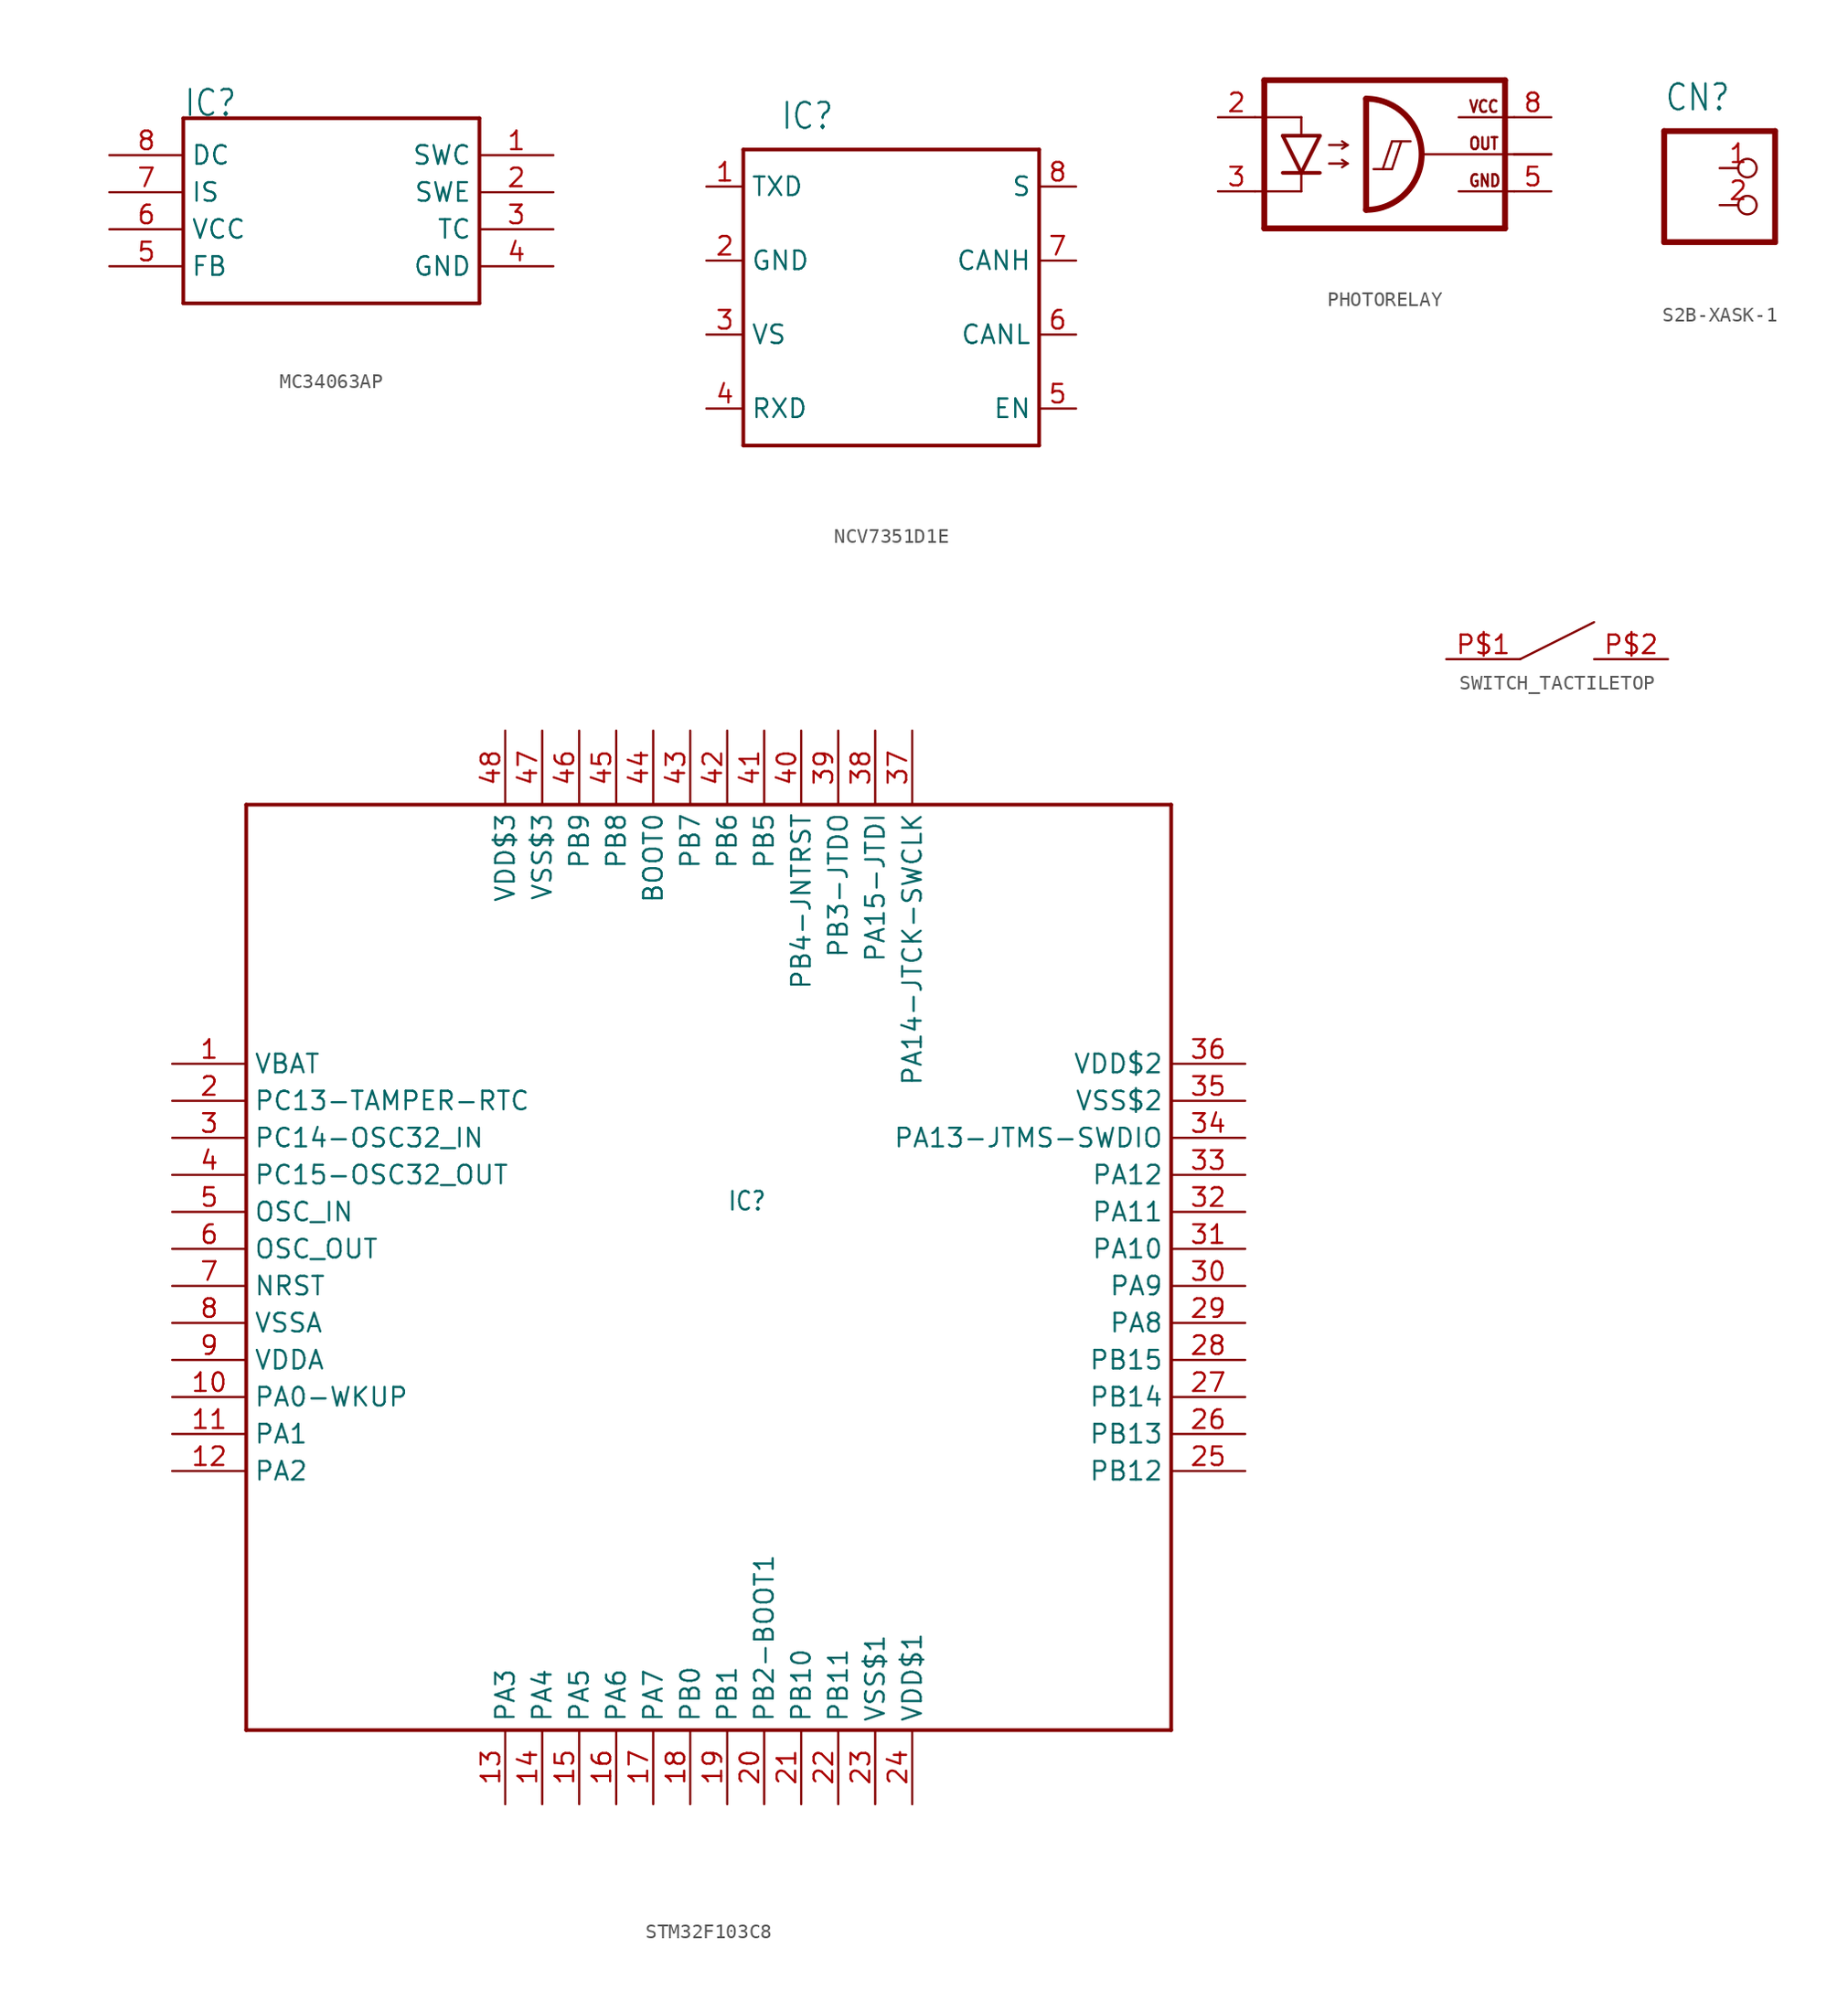
<source format=kicad_sym>
(kicad_symbol_lib
  (version 20220914)
  (generator kicad_symbol_editor)
  (symbol "MC34063AP"
    (property "Reference" "IC"
      (at -10.16 2.54 0)
      (effects (font (size 1.778 1.511)) (justify left bottom)))
    (property "Value" ""
      (at -10.16 -12.7 0)
      (effects (font (size 1.778 1.511)) (justify left bottom)))
    (property "ki_locked" ""
      (at 0 0 0)
      (effects (font (size 1.27 1.27))))
    (symbol "MC34063AP_1_0"
      (polyline (pts (xy -10.16 -10.16) (xy 10.16 -10.16)) (stroke (width 0.254) (type solid)) (fill (type none)))
      (polyline (pts (xy -10.16 2.54) (xy -10.16 -10.16)) (stroke (width 0.254) (type solid)) (fill (type none)))
      (polyline (pts (xy 10.16 -10.16) (xy 10.16 2.54)) (stroke (width 0.254) (type solid)) (fill (type none)))
      (polyline (pts (xy 10.16 2.54) (xy -10.16 2.54)) (stroke (width 0.254) (type solid)) (fill (type none)))
      (pin passive line (at 15.24 0 180) (length 5.08) (name "SWC" (effects (font (size 1.27 1.27)))) (number "1" (effects (font (size 1.27 1.27)))))
      (pin passive line (at 15.24 -2.54 180) (length 5.08) (name "SWE" (effects (font (size 1.27 1.27)))) (number "2" (effects (font (size 1.27 1.27)))))
      (pin passive line (at 15.24 -5.08 180) (length 5.08) (name "TC" (effects (font (size 1.27 1.27)))) (number "3" (effects (font (size 1.27 1.27)))))
      (pin passive line (at 15.24 -7.62 180) (length 5.08) (name "GND" (effects (font (size 1.27 1.27)))) (number "4" (effects (font (size 1.27 1.27)))))
      (pin passive line (at -15.24 -7.62 0) (length 5.08) (name "FB" (effects (font (size 1.27 1.27)))) (number "5" (effects (font (size 1.27 1.27)))))
      (pin passive line (at -15.24 -5.08 0) (length 5.08) (name "VCC" (effects (font (size 1.27 1.27)))) (number "6" (effects (font (size 1.27 1.27)))))
      (pin passive line (at -15.24 -2.54 0) (length 5.08) (name "IS" (effects (font (size 1.27 1.27)))) (number "7" (effects (font (size 1.27 1.27)))))
      (pin passive line (at -15.24 0 0) (length 5.08) (name "DC" (effects (font (size 1.27 1.27)))) (number "8" (effects (font (size 1.27 1.27)))))))
  (symbol "NCV7351D1E"
    (property "Reference" "IC"
      (at -7.62 11.43 0)
      (effects (font (size 1.778 1.511)) (justify left bottom)))
    (property "Value" ""
      (at -7.62 -12.7 0)
      (effects (font (size 1.778 1.511)) (justify left bottom)))
    (property "ki_locked" ""
      (at 0 0 0)
      (effects (font (size 1.27 1.27))))
    (symbol "NCV7351D1E_1_0"
      (polyline (pts (xy -10.16 -10.16) (xy -10.16 10.16)) (stroke (width 0.254) (type solid)) (fill (type none)))
      (polyline (pts (xy -10.16 10.16) (xy 10.16 10.16)) (stroke (width 0.254) (type solid)) (fill (type none)))
      (polyline (pts (xy 10.16 -10.16) (xy -10.16 -10.16)) (stroke (width 0.254) (type solid)) (fill (type none)))
      (polyline (pts (xy 10.16 10.16) (xy 10.16 -10.16)) (stroke (width 0.254) (type solid)) (fill (type none)))
      (pin input line (at -12.7 7.62 0) (length 2.54) (name "TXD" (effects (font (size 1.27 1.27)))) (number "1" (effects (font (size 1.27 1.27)))))
      (pin power_in line (at -12.7 2.54 0) (length 2.54) (name "GND" (effects (font (size 1.27 1.27)))) (number "2" (effects (font (size 1.27 1.27)))))
      (pin power_in line (at -12.7 -2.54 0) (length 2.54) (name "VS" (effects (font (size 1.27 1.27)))) (number "3" (effects (font (size 1.27 1.27)))))
      (pin output line (at -12.7 -7.62 0) (length 2.54) (name "RXD" (effects (font (size 1.27 1.27)))) (number "4" (effects (font (size 1.27 1.27)))))
      (pin input line (at 12.7 -7.62 180) (length 2.54) (name "EN" (effects (font (size 1.27 1.27)))) (number "5" (effects (font (size 1.27 1.27)))))
      (pin output line (at 12.7 -2.54 180) (length 2.54) (name "CANL" (effects (font (size 1.27 1.27)))) (number "6" (effects (font (size 1.27 1.27)))))
      (pin output line (at 12.7 2.54 180) (length 2.54) (name "CANH" (effects (font (size 1.27 1.27)))) (number "7" (effects (font (size 1.27 1.27)))))
      (pin input line (at 12.7 7.62 180) (length 2.54) (name "S" (effects (font (size 1.27 1.27)))) (number "8" (effects (font (size 1.27 1.27)))))))
  (symbol "PHOTORELAY"
    (property "Reference" ""
      (at -9.525 5.715 0)
      (effects (font (size 1.778 1.511)) (justify left bottom) hide))
    (property "Value" ""
      (at -9.525 -7.62 0)
      (effects (font (size 1.778 1.511)) (justify left bottom)))
    (property "ki_locked" ""
      (at 0 0 0)
      (effects (font (size 1.27 1.27))))
    (symbol "PHOTORELAY_1_0"
      (arc (start -2.54 -3.81) (mid 1.27 0) (end -2.54 3.81) (stroke (width 0.4064) (type solid)) (fill (type none)))
      (polyline (pts (xy -10.16 -2.54) (xy -6.985 -2.54)) (stroke (width 0.152) (type solid)) (fill (type none)))
      (polyline (pts (xy -10.16 2.54) (xy -6.985 2.54)) (stroke (width 0.152) (type solid)) (fill (type none)))
      (polyline (pts (xy -9.525 5.08) (xy -9.525 -5.08)) (stroke (width 0.406) (type solid)) (fill (type none)))
      (polyline (pts (xy -6.985 -2.54) (xy -6.985 -1.27)) (stroke (width 0.152) (type solid)) (fill (type none)))
      (polyline (pts (xy -6.985 -1.27) (xy -8.255 -1.27)) (stroke (width 0.254) (type solid)) (fill (type none)))
      (polyline (pts (xy -6.985 -1.27) (xy -8.255 1.27)) (stroke (width 0.254) (type solid)) (fill (type none)))
      (polyline (pts (xy -6.985 1.27) (xy -8.255 1.27)) (stroke (width 0.254) (type solid)) (fill (type none)))
      (polyline (pts (xy -6.985 1.27) (xy -6.985 2.54)) (stroke (width 0.152) (type solid)) (fill (type none)))
      (polyline (pts (xy -5.715 -1.27) (xy -6.985 -1.27)) (stroke (width 0.254) (type solid)) (fill (type none)))
      (polyline (pts (xy -5.715 1.27) (xy -6.985 -1.27)) (stroke (width 0.254) (type solid)) (fill (type none)))
      (polyline (pts (xy -5.715 1.27) (xy -6.985 1.27)) (stroke (width 0.254) (type solid)) (fill (type none)))
      (polyline (pts (xy -5.08 -0.635) (xy -3.81 -0.635)) (stroke (width 0.152) (type solid)) (fill (type none)))
      (polyline (pts (xy -5.08 0.635) (xy -3.81 0.635)) (stroke (width 0.152) (type solid)) (fill (type none)))
      (polyline (pts (xy -3.81 -0.635) (xy -4.191 -0.889)) (stroke (width 0.152) (type solid)) (fill (type none)))
      (polyline (pts (xy -3.81 -0.635) (xy -4.191 -0.381)) (stroke (width 0.152) (type solid)) (fill (type none)))
      (polyline (pts (xy -3.81 0.635) (xy -4.191 0.381)) (stroke (width 0.152) (type solid)) (fill (type none)))
      (polyline (pts (xy -3.81 0.635) (xy -4.191 0.889)) (stroke (width 0.152) (type solid)) (fill (type none)))
      (polyline (pts (xy -2.54 3.81) (xy -2.54 -3.81)) (stroke (width 0.406) (type solid)) (fill (type none)))
      (polyline (pts (xy -2.032 -1.016) (xy -1.397 -1.016)) (stroke (width 0.152) (type solid)) (fill (type none)))
      (polyline (pts (xy -1.397 -1.016) (xy -0.762 -1.016)) (stroke (width 0.152) (type solid)) (fill (type none)))
      (polyline (pts (xy -1.397 -1.016) (xy -0.762 0.889)) (stroke (width 0.152) (type solid)) (fill (type none)))
      (polyline (pts (xy -0.762 -1.016) (xy -0.127 0.889)) (stroke (width 0.152) (type solid)) (fill (type none)))
      (polyline (pts (xy -0.762 0.889) (xy -0.127 0.889)) (stroke (width 0.152) (type solid)) (fill (type none)))
      (polyline (pts (xy -0.127 0.889) (xy 0.508 0.889)) (stroke (width 0.152) (type solid)) (fill (type none)))
      (polyline (pts (xy 1.397 0) (xy 7.62 0)) (stroke (width 0.152) (type solid)) (fill (type none)))
      (polyline (pts (xy 3.81 -2.54) (xy 7.62 -2.54)) (stroke (width 0.152) (type solid)) (fill (type none)))
      (polyline (pts (xy 3.81 2.54) (xy 7.62 2.54)) (stroke (width 0.152) (type solid)) (fill (type none)))
      (polyline (pts (xy 6.985 -5.08) (xy -9.525 -5.08)) (stroke (width 0.406) (type solid)) (fill (type none)))
      (polyline (pts (xy 6.985 5.08) (xy -9.525 5.08)) (stroke (width 0.406) (type solid)) (fill (type none)))
      (polyline (pts (xy 6.985 5.08) (xy 6.985 -5.08)) (stroke (width 0.406) (type solid)) (fill (type none)))
      (text "GND" (at 4.445 -2.286 0) (effects (font (size 0.813 0.691)) (justify left bottom)))
      (text "OUT" (at 4.445 0.254 0) (effects (font (size 0.813 0.691)) (justify left bottom)))
      (text "VCC" (at 4.445 2.794 0) (effects (font (size 0.813 0.691)) (justify left bottom)))
      (pin passive line (at -12.7 2.54 0) (length 2.54) (name "A" (effects (font (size 0 0)))) (number "2" (effects (font (size 1.27 1.27)))))
      (pin passive line (at -12.7 -2.54 0) (length 2.54) (name "C" (effects (font (size 0 0)))) (number "3" (effects (font (size 1.27 1.27)))))
      (pin passive line (at 10.16 -2.54 180) (length 2.54) (name "GND" (effects (font (size 0 0)))) (number "5" (effects (font (size 1.27 1.27)))))
      (pin passive line (at 10.16 0 180) (length 2.54) (name "OUT" (effects (font (size 0 0)))) (number "6" (effects (font (size 0 0)))))
      (pin passive line (at 10.16 0 180) (length 2.54) (name "OUT" (effects (font (size 0 0)))) (number "7" (effects (font (size 0 0)))))
      (pin passive line (at 10.16 2.54 180) (length 2.54) (name "VCC" (effects (font (size 0 0)))) (number "8" (effects (font (size 1.27 1.27)))))))
  (symbol "S2B-XASK-1"
    (property "Reference" "CN"
      (at -3.81 3.81 0)
      (effects (font (size 1.778 1.511)) (justify left bottom)))
    (property "Value" ""
      (at -3.81 -7.62 0)
      (effects (font (size 1.778 1.511)) (justify left bottom)))
    (property "ki_locked" ""
      (at 0 0 0)
      (effects (font (size 1.27 1.27))))
    (symbol "S2B-XASK-1_1_0"
      (polyline (pts (xy -3.81 -5.08) (xy 3.81 -5.08)) (stroke (width 0.406) (type solid)) (fill (type none)))
      (polyline (pts (xy -3.81 2.54) (xy -3.81 -5.08)) (stroke (width 0.406) (type solid)) (fill (type none)))
      (polyline (pts (xy 3.81 -5.08) (xy 3.81 2.54)) (stroke (width 0.406) (type solid)) (fill (type none)))
      (polyline (pts (xy 3.81 2.54) (xy -3.81 2.54)) (stroke (width 0.406) (type solid)) (fill (type none)))
      (pin passive inverted (at 0 0 0) (length 2.54) (name "1" (effects (font (size 0 0)))) (number "1" (effects (font (size 1.27 1.27)))))
      (pin passive inverted (at 0 -2.54 0) (length 2.54) (name "2" (effects (font (size 0 0)))) (number "2" (effects (font (size 1.27 1.27)))))))
  (symbol "STM32F103C8"
    (property "Reference" "IC"
      (at 2.54 2.54 0)
      (effects (font (size 1.27 1.079)) (justify left bottom)))
    (property "ki_locked" ""
      (at 0 0 0)
      (effects (font (size 1.27 1.27))))
    (symbol "STM32F103C8_1_0"
      (polyline (pts (xy -30.48 -33.02) (xy 33.02 -33.02)) (stroke (width 0.254) (type solid)) (fill (type none)))
      (polyline (pts (xy -30.48 30.48) (xy -30.48 -33.02)) (stroke (width 0.254) (type solid)) (fill (type none)))
      (polyline (pts (xy 33.02 -33.02) (xy 33.02 30.48)) (stroke (width 0.254) (type solid)) (fill (type none)))
      (polyline (pts (xy 33.02 30.48) (xy -30.48 30.48)) (stroke (width 0.254) (type solid)) (fill (type none)))
      (pin passive line (at -35.56 12.7 0) (length 5.08) (name "VBAT" (effects (font (size 1.27 1.27)))) (number "1" (effects (font (size 1.27 1.27)))))
      (pin bidirectional line (at -35.56 -10.16 0) (length 5.08) (name "PA0-WKUP" (effects (font (size 1.27 1.27)))) (number "10" (effects (font (size 1.27 1.27)))))
      (pin bidirectional line (at -35.56 -12.7 0) (length 5.08) (name "PA1" (effects (font (size 1.27 1.27)))) (number "11" (effects (font (size 1.27 1.27)))))
      (pin bidirectional line (at -35.56 -15.24 0) (length 5.08) (name "PA2" (effects (font (size 1.27 1.27)))) (number "12" (effects (font (size 1.27 1.27)))))
      (pin bidirectional line (at -12.7 -38.1 90) (length 5.08) (name "PA3" (effects (font (size 1.27 1.27)))) (number "13" (effects (font (size 1.27 1.27)))))
      (pin bidirectional line (at -10.16 -38.1 90) (length 5.08) (name "PA4" (effects (font (size 1.27 1.27)))) (number "14" (effects (font (size 1.27 1.27)))))
      (pin bidirectional line (at -7.62 -38.1 90) (length 5.08) (name "PA5" (effects (font (size 1.27 1.27)))) (number "15" (effects (font (size 1.27 1.27)))))
      (pin bidirectional line (at -5.08 -38.1 90) (length 5.08) (name "PA6" (effects (font (size 1.27 1.27)))) (number "16" (effects (font (size 1.27 1.27)))))
      (pin bidirectional line (at -2.54 -38.1 90) (length 5.08) (name "PA7" (effects (font (size 1.27 1.27)))) (number "17" (effects (font (size 1.27 1.27)))))
      (pin bidirectional line (at 0 -38.1 90) (length 5.08) (name "PB0" (effects (font (size 1.27 1.27)))) (number "18" (effects (font (size 1.27 1.27)))))
      (pin bidirectional line (at 2.54 -38.1 90) (length 5.08) (name "PB1" (effects (font (size 1.27 1.27)))) (number "19" (effects (font (size 1.27 1.27)))))
      (pin bidirectional line (at -35.56 10.16 0) (length 5.08) (name "PC13-TAMPER-RTC" (effects (font (size 1.27 1.27)))) (number "2" (effects (font (size 1.27 1.27)))))
      (pin bidirectional line (at 5.08 -38.1 90) (length 5.08) (name "PB2-BOOT1" (effects (font (size 1.27 1.27)))) (number "20" (effects (font (size 1.27 1.27)))))
      (pin bidirectional line (at 7.62 -38.1 90) (length 5.08) (name "PB10" (effects (font (size 1.27 1.27)))) (number "21" (effects (font (size 1.27 1.27)))))
      (pin bidirectional line (at 10.16 -38.1 90) (length 5.08) (name "PB11" (effects (font (size 1.27 1.27)))) (number "22" (effects (font (size 1.27 1.27)))))
      (pin passive line (at 12.7 -38.1 90) (length 5.08) (name "VSS$1" (effects (font (size 1.27 1.27)))) (number "23" (effects (font (size 1.27 1.27)))))
      (pin passive line (at 15.24 -38.1 90) (length 5.08) (name "VDD$1" (effects (font (size 1.27 1.27)))) (number "24" (effects (font (size 1.27 1.27)))))
      (pin bidirectional line (at 38.1 -15.24 180) (length 5.08) (name "PB12" (effects (font (size 1.27 1.27)))) (number "25" (effects (font (size 1.27 1.27)))))
      (pin bidirectional line (at 38.1 -12.7 180) (length 5.08) (name "PB13" (effects (font (size 1.27 1.27)))) (number "26" (effects (font (size 1.27 1.27)))))
      (pin bidirectional line (at 38.1 -10.16 180) (length 5.08) (name "PB14" (effects (font (size 1.27 1.27)))) (number "27" (effects (font (size 1.27 1.27)))))
      (pin bidirectional line (at 38.1 -7.62 180) (length 5.08) (name "PB15" (effects (font (size 1.27 1.27)))) (number "28" (effects (font (size 1.27 1.27)))))
      (pin bidirectional line (at 38.1 -5.08 180) (length 5.08) (name "PA8" (effects (font (size 1.27 1.27)))) (number "29" (effects (font (size 1.27 1.27)))))
      (pin bidirectional line (at -35.56 7.62 0) (length 5.08) (name "PC14-OSC32_IN" (effects (font (size 1.27 1.27)))) (number "3" (effects (font (size 1.27 1.27)))))
      (pin bidirectional line (at 38.1 -2.54 180) (length 5.08) (name "PA9" (effects (font (size 1.27 1.27)))) (number "30" (effects (font (size 1.27 1.27)))))
      (pin bidirectional line (at 38.1 0 180) (length 5.08) (name "PA10" (effects (font (size 1.27 1.27)))) (number "31" (effects (font (size 1.27 1.27)))))
      (pin bidirectional line (at 38.1 2.54 180) (length 5.08) (name "PA11" (effects (font (size 1.27 1.27)))) (number "32" (effects (font (size 1.27 1.27)))))
      (pin bidirectional line (at 38.1 5.08 180) (length 5.08) (name "PA12" (effects (font (size 1.27 1.27)))) (number "33" (effects (font (size 1.27 1.27)))))
      (pin bidirectional line (at 38.1 7.62 180) (length 5.08) (name "PA13-JTMS-SWDIO" (effects (font (size 1.27 1.27)))) (number "34" (effects (font (size 1.27 1.27)))))
      (pin passive line (at 38.1 10.16 180) (length 5.08) (name "VSS$2" (effects (font (size 1.27 1.27)))) (number "35" (effects (font (size 1.27 1.27)))))
      (pin passive line (at 38.1 12.7 180) (length 5.08) (name "VDD$2" (effects (font (size 1.27 1.27)))) (number "36" (effects (font (size 1.27 1.27)))))
      (pin bidirectional line (at 15.24 35.56 270) (length 5.08) (name "PA14-JTCK-SWCLK" (effects (font (size 1.27 1.27)))) (number "37" (effects (font (size 1.27 1.27)))))
      (pin bidirectional line (at 12.7 35.56 270) (length 5.08) (name "PA15-JTDI" (effects (font (size 1.27 1.27)))) (number "38" (effects (font (size 1.27 1.27)))))
      (pin bidirectional line (at 10.16 35.56 270) (length 5.08) (name "PB3-JTDO" (effects (font (size 1.27 1.27)))) (number "39" (effects (font (size 1.27 1.27)))))
      (pin bidirectional line (at -35.56 5.08 0) (length 5.08) (name "PC15-OSC32_OUT" (effects (font (size 1.27 1.27)))) (number "4" (effects (font (size 1.27 1.27)))))
      (pin bidirectional line (at 7.62 35.56 270) (length 5.08) (name "PB4-JNTRST" (effects (font (size 1.27 1.27)))) (number "40" (effects (font (size 1.27 1.27)))))
      (pin bidirectional line (at 5.08 35.56 270) (length 5.08) (name "PB5" (effects (font (size 1.27 1.27)))) (number "41" (effects (font (size 1.27 1.27)))))
      (pin bidirectional line (at 2.54 35.56 270) (length 5.08) (name "PB6" (effects (font (size 1.27 1.27)))) (number "42" (effects (font (size 1.27 1.27)))))
      (pin bidirectional line (at 0 35.56 270) (length 5.08) (name "PB7" (effects (font (size 1.27 1.27)))) (number "43" (effects (font (size 1.27 1.27)))))
      (pin input line (at -2.54 35.56 270) (length 5.08) (name "BOOT0" (effects (font (size 1.27 1.27)))) (number "44" (effects (font (size 1.27 1.27)))))
      (pin bidirectional line (at -5.08 35.56 270) (length 5.08) (name "PB8" (effects (font (size 1.27 1.27)))) (number "45" (effects (font (size 1.27 1.27)))))
      (pin bidirectional line (at -7.62 35.56 270) (length 5.08) (name "PB9" (effects (font (size 1.27 1.27)))) (number "46" (effects (font (size 1.27 1.27)))))
      (pin passive line (at -10.16 35.56 270) (length 5.08) (name "VSS$3" (effects (font (size 1.27 1.27)))) (number "47" (effects (font (size 1.27 1.27)))))
      (pin passive line (at -12.7 35.56 270) (length 5.08) (name "VDD$3" (effects (font (size 1.27 1.27)))) (number "48" (effects (font (size 1.27 1.27)))))
      (pin input line (at -35.56 2.54 0) (length 5.08) (name "OSC_IN" (effects (font (size 1.27 1.27)))) (number "5" (effects (font (size 1.27 1.27)))))
      (pin output line (at -35.56 0 0) (length 5.08) (name "OSC_OUT" (effects (font (size 1.27 1.27)))) (number "6" (effects (font (size 1.27 1.27)))))
      (pin bidirectional line (at -35.56 -2.54 0) (length 5.08) (name "NRST" (effects (font (size 1.27 1.27)))) (number "7" (effects (font (size 1.27 1.27)))))
      (pin bidirectional line (at -35.56 -5.08 0) (length 5.08) (name "VSSA" (effects (font (size 1.27 1.27)))) (number "8" (effects (font (size 1.27 1.27)))))
      (pin bidirectional line (at -35.56 -7.62 0) (length 5.08) (name "VDDA" (effects (font (size 1.27 1.27)))) (number "9" (effects (font (size 1.27 1.27)))))))
  (symbol "SWITCH_TACTILETOP"
    (property "Reference" ""
      (at 0 0 0)
      (effects (font (size 1.27 1.27)) hide))
    (property "ki_locked" ""
      (at 0 0 0)
      (effects (font (size 1.27 1.27))))
    (symbol "SWITCH_TACTILETOP_1_0"
      (polyline (pts (xy -2.54 0) (xy 2.54 2.54)) (stroke (width 0.152) (type solid)) (fill (type none)))
      (pin bidirectional line (at -7.62 0 0) (length 5.08) (name "1" (effects (font (size 0 0)))) (number "P$1" (effects (font (size 1.27 1.27)))))
      (pin bidirectional line (at 7.62 0 180) (length 5.08) (name "2" (effects (font (size 0 0)))) (number "P$2" (effects (font (size 1.27 1.27))))))))
</source>
